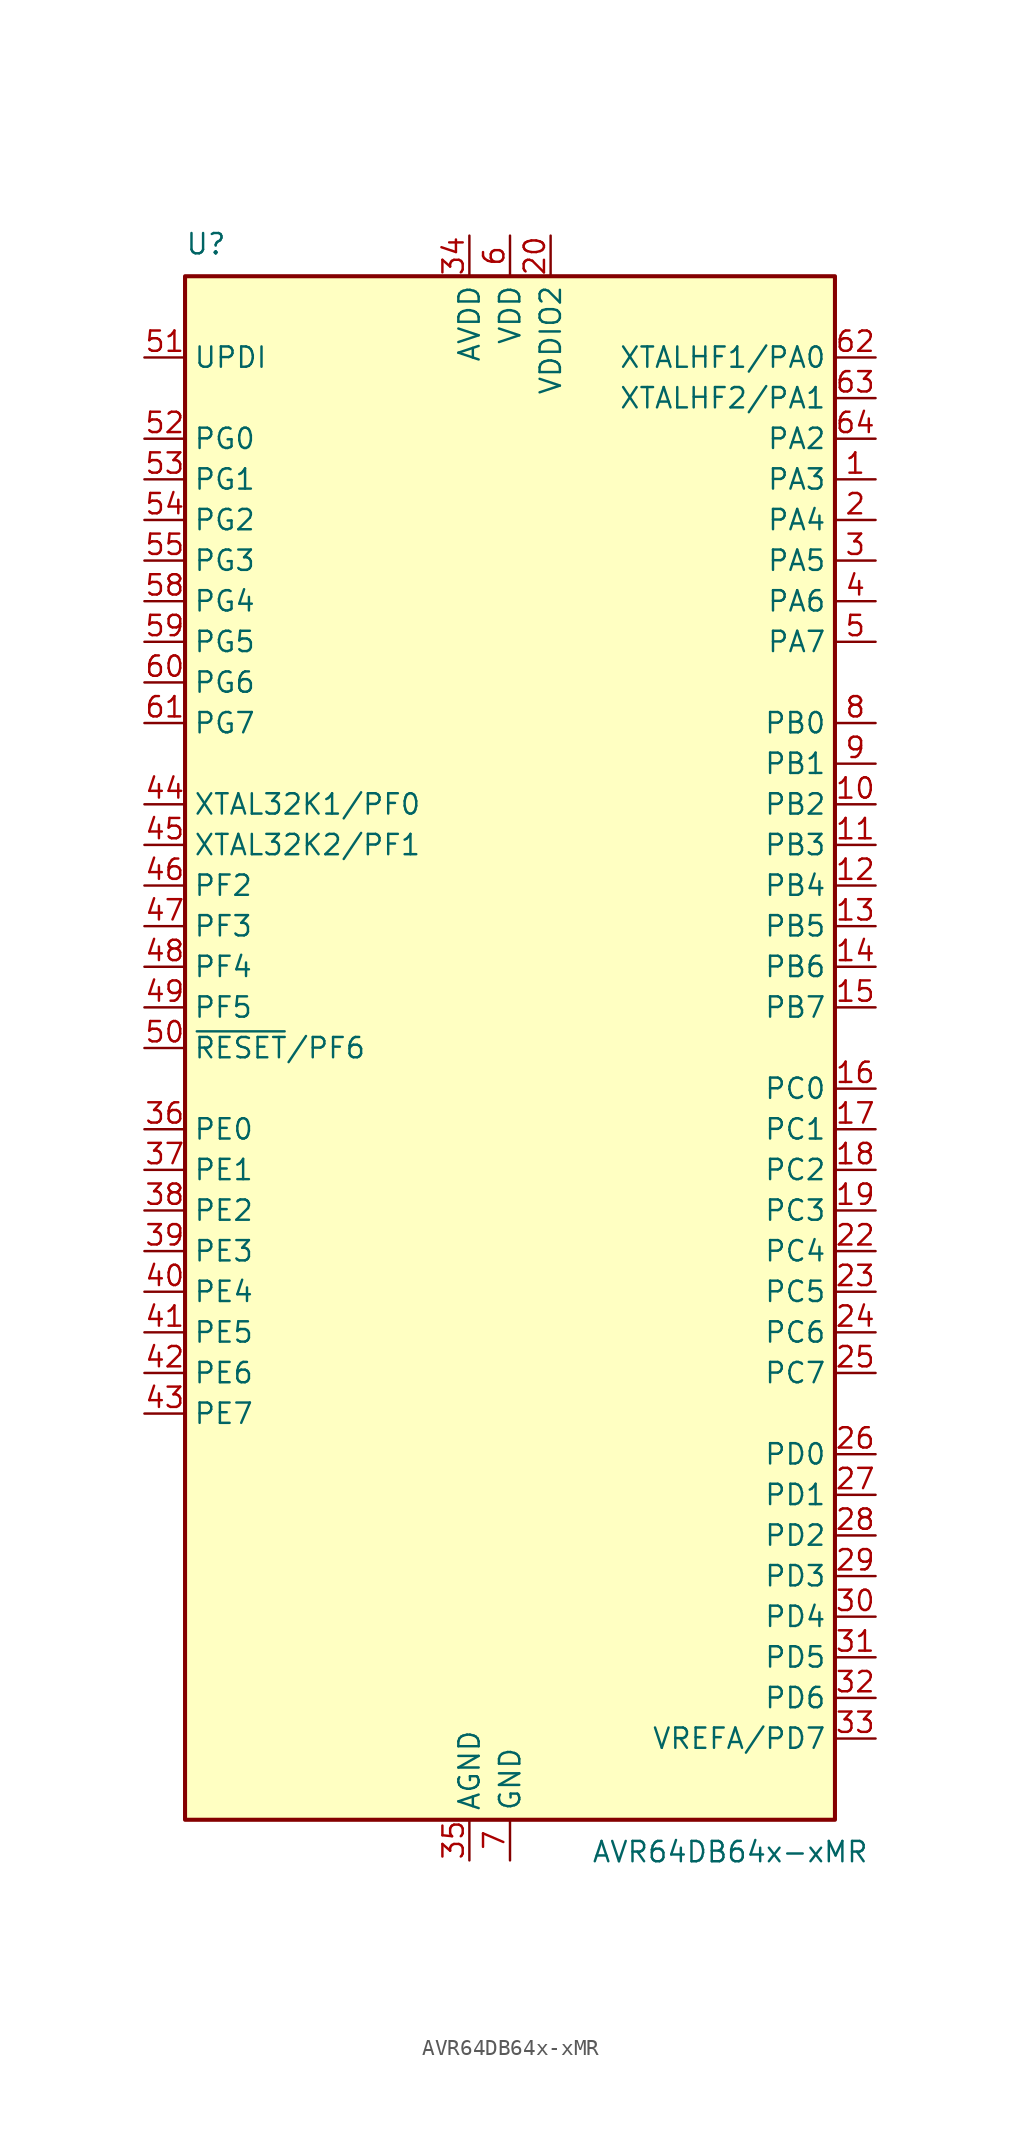
<source format=kicad_sym>
(kicad_symbol_lib
  (version 20211014)
  (generator kicad_symbol_editor)
  (symbol "AVR64DB64x-xMR"
    (property "Reference" "U"
      (at -20.32 49.53 0)
      (effects (font (size 1.27 1.27)) (justify left bottom)))
    (property "Value" "AVR64DB64x-xMR"
      (at 5.08 -49.53 0)
      (effects (font (size 1.27 1.27)) (justify left top)))
    (symbol "AVR64DB64x-xMR_0_1"
      (rectangle (start -20.32 48.26) (end 20.32 -48.26) (stroke (width 0.254) (type default) (color 0 0 0 0)) (fill (type background))))
    (symbol "AVR64DB64x-xMR_1_1"
      (pin bidirectional line (at 22.86 43.18 180) (length 2.54) (name "XTALHF1/PA0" (effects (font (size 1.27 1.27)))) (number "62" (effects (font (size 1.27 1.27)))))
      (pin bidirectional line (at 22.86 40.64 180) (length 2.54) (name "XTALHF2/PA1" (effects (font (size 1.27 1.27)))) (number "63" (effects (font (size 1.27 1.27)))))
      (pin bidirectional line (at 22.86 38.10 180) (length 2.54) (name "PA2" (effects (font (size 1.27 1.27)))) (number "64" (effects (font (size 1.27 1.27)))))
      (pin bidirectional line (at 22.86 35.56 180) (length 2.54) (name "PA3" (effects (font (size 1.27 1.27)))) (number "1" (effects (font (size 1.27 1.27)))))
      (pin bidirectional line (at 22.86 33.02 180) (length 2.54) (name "PA4" (effects (font (size 1.27 1.27)))) (number "2" (effects (font (size 1.27 1.27)))))
      (pin bidirectional line (at 22.86 30.48 180) (length 2.54) (name "PA5" (effects (font (size 1.27 1.27)))) (number "3" (effects (font (size 1.27 1.27)))))
      (pin bidirectional line (at 22.86 27.94 180) (length 2.54) (name "PA6" (effects (font (size 1.27 1.27)))) (number "4" (effects (font (size 1.27 1.27)))))
      (pin bidirectional line (at 22.86 25.40 180) (length 2.54) (name "PA7" (effects (font (size 1.27 1.27)))) (number "5" (effects (font (size 1.27 1.27)))))
      (pin bidirectional line (at 22.86 20.32 180) (length 2.54) (name "PB0" (effects (font (size 1.27 1.27)))) (number "8" (effects (font (size 1.27 1.27)))))
      (pin bidirectional line (at 22.86 17.78 180) (length 2.54) (name "PB1" (effects (font (size 1.27 1.27)))) (number "9" (effects (font (size 1.27 1.27)))))
      (pin bidirectional line (at 22.86 15.24 180) (length 2.54) (name "PB2" (effects (font (size 1.27 1.27)))) (number "10" (effects (font (size 1.27 1.27)))))
      (pin bidirectional line (at 22.86 12.70 180) (length 2.54) (name "PB3" (effects (font (size 1.27 1.27)))) (number "11" (effects (font (size 1.27 1.27)))))
      (pin bidirectional line (at 22.86 10.16 180) (length 2.54) (name "PB4" (effects (font (size 1.27 1.27)))) (number "12" (effects (font (size 1.27 1.27)))))
      (pin bidirectional line (at 22.86 7.62 180) (length 2.54) (name "PB5" (effects (font (size 1.27 1.27)))) (number "13" (effects (font (size 1.27 1.27)))))
      (pin bidirectional line (at 22.86 5.08 180) (length 2.54) (name "PB6" (effects (font (size 1.27 1.27)))) (number "14" (effects (font (size 1.27 1.27)))))
      (pin bidirectional line (at 22.86 2.54 180) (length 2.54) (name "PB7" (effects (font (size 1.27 1.27)))) (number "15" (effects (font (size 1.27 1.27)))))
      (pin bidirectional line (at 22.86 -2.54 180) (length 2.54) (name "PC0" (effects (font (size 1.27 1.27)))) (number "16" (effects (font (size 1.27 1.27)))))
      (pin bidirectional line (at 22.86 -5.08 180) (length 2.54) (name "PC1" (effects (font (size 1.27 1.27)))) (number "17" (effects (font (size 1.27 1.27)))))
      (pin bidirectional line (at 22.86 -7.62 180) (length 2.54) (name "PC2" (effects (font (size 1.27 1.27)))) (number "18" (effects (font (size 1.27 1.27)))))
      (pin bidirectional line (at 22.86 -10.16 180) (length 2.54) (name "PC3" (effects (font (size 1.27 1.27)))) (number "19" (effects (font (size 1.27 1.27)))))
      (pin bidirectional line (at 22.86 -12.70 180) (length 2.54) (name "PC4" (effects (font (size 1.27 1.27)))) (number "22" (effects (font (size 1.27 1.27)))))
      (pin bidirectional line (at 22.86 -15.24 180) (length 2.54) (name "PC5" (effects (font (size 1.27 1.27)))) (number "23" (effects (font (size 1.27 1.27)))))
      (pin bidirectional line (at 22.86 -17.78 180) (length 2.54) (name "PC6" (effects (font (size 1.27 1.27)))) (number "24" (effects (font (size 1.27 1.27)))))
      (pin bidirectional line (at 22.86 -20.32 180) (length 2.54) (name "PC7" (effects (font (size 1.27 1.27)))) (number "25" (effects (font (size 1.27 1.27)))))
      (pin bidirectional line (at 22.86 -25.40 180) (length 2.54) (name "PD0" (effects (font (size 1.27 1.27)))) (number "26" (effects (font (size 1.27 1.27)))))
      (pin bidirectional line (at 22.86 -27.94 180) (length 2.54) (name "PD1" (effects (font (size 1.27 1.27)))) (number "27" (effects (font (size 1.27 1.27)))))
      (pin bidirectional line (at 22.86 -30.48 180) (length 2.54) (name "PD2" (effects (font (size 1.27 1.27)))) (number "28" (effects (font (size 1.27 1.27)))))
      (pin bidirectional line (at 22.86 -33.02 180) (length 2.54) (name "PD3" (effects (font (size 1.27 1.27)))) (number "29" (effects (font (size 1.27 1.27)))))
      (pin bidirectional line (at 22.86 -35.56 180) (length 2.54) (name "PD4" (effects (font (size 1.27 1.27)))) (number "30" (effects (font (size 1.27 1.27)))))
      (pin bidirectional line (at 22.86 -38.10 180) (length 2.54) (name "PD5" (effects (font (size 1.27 1.27)))) (number "31" (effects (font (size 1.27 1.27)))))
      (pin bidirectional line (at 22.86 -40.64 180) (length 2.54) (name "PD6" (effects (font (size 1.27 1.27)))) (number "32" (effects (font (size 1.27 1.27)))))
      (pin bidirectional line (at 22.86 -43.18 180) (length 2.54) (name "VREFA/PD7" (effects (font (size 1.27 1.27)))) (number "33" (effects (font (size 1.27 1.27)))))
      (pin input line (at -22.86 43.18 0) (length 2.54) (name "UPDI" (effects (font (size 1.27 1.27)))) (number "51" (effects (font (size 1.27 1.27)))))
      (pin bidirectional line (at -22.86 38.10 0) (length 2.54) (name "PG0" (effects (font (size 1.27 1.27)))) (number "52" (effects (font (size 1.27 1.27)))))
      (pin bidirectional line (at -22.86 35.56 0) (length 2.54) (name "PG1" (effects (font (size 1.27 1.27)))) (number "53" (effects (font (size 1.27 1.27)))))
      (pin bidirectional line (at -22.86 33.02 0) (length 2.54) (name "PG2" (effects (font (size 1.27 1.27)))) (number "54" (effects (font (size 1.27 1.27)))))
      (pin bidirectional line (at -22.86 30.48 0) (length 2.54) (name "PG3" (effects (font (size 1.27 1.27)))) (number "55" (effects (font (size 1.27 1.27)))))
      (pin bidirectional line (at -22.86 27.94 0) (length 2.54) (name "PG4" (effects (font (size 1.27 1.27)))) (number "58" (effects (font (size 1.27 1.27)))))
      (pin bidirectional line (at -22.86 25.40 0) (length 2.54) (name "PG5" (effects (font (size 1.27 1.27)))) (number "59" (effects (font (size 1.27 1.27)))))
      (pin bidirectional line (at -22.86 22.86 0) (length 2.54) (name "PG6" (effects (font (size 1.27 1.27)))) (number "60" (effects (font (size 1.27 1.27)))))
      (pin bidirectional line (at -22.86 20.32 0) (length 2.54) (name "PG7" (effects (font (size 1.27 1.27)))) (number "61" (effects (font (size 1.27 1.27)))))
      (pin bidirectional line (at -22.86 15.24 0) (length 2.54) (name "XTAL32K1/PF0" (effects (font (size 1.27 1.27)))) (number "44" (effects (font (size 1.27 1.27)))))
      (pin bidirectional line (at -22.86 12.70 0) (length 2.54) (name "XTAL32K2/PF1" (effects (font (size 1.27 1.27)))) (number "45" (effects (font (size 1.27 1.27)))))
      (pin bidirectional line (at -22.86 10.16 0) (length 2.54) (name "PF2" (effects (font (size 1.27 1.27)))) (number "46" (effects (font (size 1.27 1.27)))))
      (pin bidirectional line (at -22.86 7.62 0) (length 2.54) (name "PF3" (effects (font (size 1.27 1.27)))) (number "47" (effects (font (size 1.27 1.27)))))
      (pin bidirectional line (at -22.86 5.08 0) (length 2.54) (name "PF4" (effects (font (size 1.27 1.27)))) (number "48" (effects (font (size 1.27 1.27)))))
      (pin bidirectional line (at -22.86 2.54 0) (length 2.54) (name "PF5" (effects (font (size 1.27 1.27)))) (number "49" (effects (font (size 1.27 1.27)))))
      (pin bidirectional line (at -22.86 0.00 0) (length 2.54) (name "~{RESET}/PF6" (effects (font (size 1.27 1.27)))) (number "50" (effects (font (size 1.27 1.27)))))
      (pin bidirectional line (at -22.86 -5.08 0) (length 2.54) (name "PE0" (effects (font (size 1.27 1.27)))) (number "36" (effects (font (size 1.27 1.27)))))
      (pin bidirectional line (at -22.86 -7.62 0) (length 2.54) (name "PE1" (effects (font (size 1.27 1.27)))) (number "37" (effects (font (size 1.27 1.27)))))
      (pin bidirectional line (at -22.86 -10.16 0) (length 2.54) (name "PE2" (effects (font (size 1.27 1.27)))) (number "38" (effects (font (size 1.27 1.27)))))
      (pin bidirectional line (at -22.86 -12.70 0) (length 2.54) (name "PE3" (effects (font (size 1.27 1.27)))) (number "39" (effects (font (size 1.27 1.27)))))
      (pin bidirectional line (at -22.86 -15.24 0) (length 2.54) (name "PE4" (effects (font (size 1.27 1.27)))) (number "40" (effects (font (size 1.27 1.27)))))
      (pin bidirectional line (at -22.86 -17.78 0) (length 2.54) (name "PE5" (effects (font (size 1.27 1.27)))) (number "41" (effects (font (size 1.27 1.27)))))
      (pin bidirectional line (at -22.86 -20.32 0) (length 2.54) (name "PE6" (effects (font (size 1.27 1.27)))) (number "42" (effects (font (size 1.27 1.27)))))
      (pin bidirectional line (at -22.86 -22.86 0) (length 2.54) (name "PE7" (effects (font (size 1.27 1.27)))) (number "43" (effects (font (size 1.27 1.27)))))
      (pin power_in line (at -2.54 50.80 270) (length 2.54) (name "AVDD" (effects (font (size 1.27 1.27)))) (number "34" (effects (font (size 1.27 1.27)))))
      (pin power_in line (at 0.00 50.80 270) (length 2.54) (name "VDD" (effects (font (size 1.27 1.27)))) (number "6" (effects (font (size 1.27 1.27)))))
      (pin passive line (at 0.00 50.80 270) (length 2.54) hide (name "VDD" (effects (font (size 1.27 1.27)))) (number "56" (effects (font (size 1.27 1.27)))))
      (pin power_in line (at 2.54 50.80 270) (length 2.54) (name "VDDIO2" (effects (font (size 1.27 1.27)))) (number "20" (effects (font (size 1.27 1.27)))))
      (pin power_in line (at -2.54 -50.80 90) (length 2.54) (name "AGND" (effects (font (size 1.27 1.27)))) (number "35" (effects (font (size 1.27 1.27)))))
      (pin power_in line (at 0.00 -50.80 90) (length 2.54) (name "GND" (effects (font (size 1.27 1.27)))) (number "7" (effects (font (size 1.27 1.27)))))
      (pin passive line (at 0.00 -50.80 90) (length 2.54) hide (name "GND" (effects (font (size 1.27 1.27)))) (number "21" (effects (font (size 1.27 1.27)))))
      (pin passive line (at 0.00 -50.80 90) (length 2.54) hide (name "GND" (effects (font (size 1.27 1.27)))) (number "57" (effects (font (size 1.27 1.27)))))
      (pin passive line (at 0.00 -50.80 90) (length 2.54) hide (name "GND" (effects (font (size 1.27 1.27)))) (number "65" (effects (font (size 1.27 1.27))))))))
</source>
